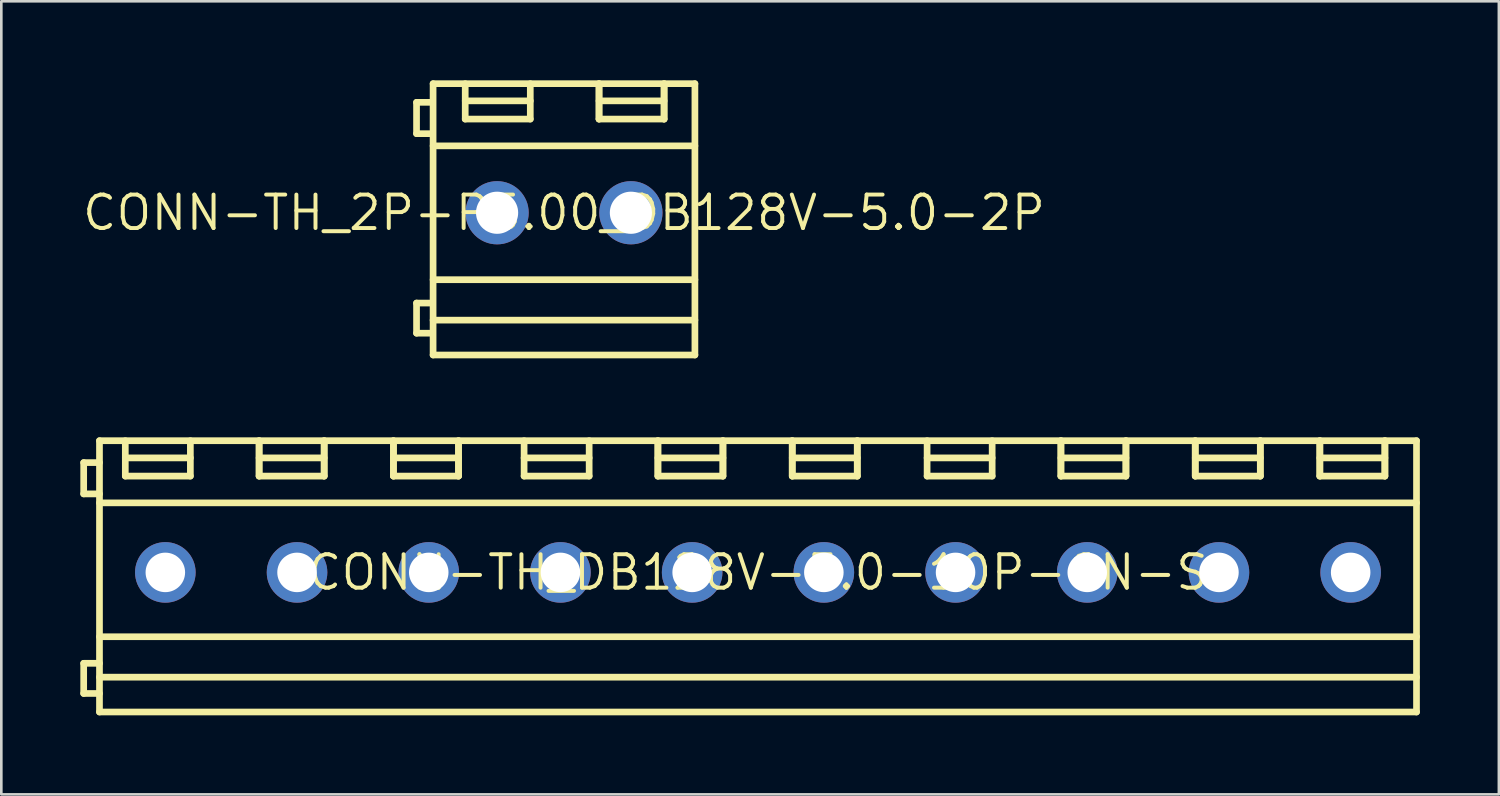
<source format=kicad_pcb>
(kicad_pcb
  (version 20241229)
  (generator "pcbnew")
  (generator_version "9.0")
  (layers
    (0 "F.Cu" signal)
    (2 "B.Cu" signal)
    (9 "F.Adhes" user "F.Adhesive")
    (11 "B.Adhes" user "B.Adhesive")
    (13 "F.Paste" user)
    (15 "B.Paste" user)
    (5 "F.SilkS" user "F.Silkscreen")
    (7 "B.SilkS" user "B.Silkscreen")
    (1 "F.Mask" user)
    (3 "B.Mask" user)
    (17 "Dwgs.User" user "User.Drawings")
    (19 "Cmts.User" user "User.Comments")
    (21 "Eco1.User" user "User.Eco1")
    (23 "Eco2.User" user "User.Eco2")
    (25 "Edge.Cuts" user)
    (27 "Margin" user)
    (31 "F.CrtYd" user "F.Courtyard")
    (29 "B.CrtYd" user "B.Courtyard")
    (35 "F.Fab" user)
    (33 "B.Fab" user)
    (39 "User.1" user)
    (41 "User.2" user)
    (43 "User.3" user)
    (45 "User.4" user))
  (footprint "CONN-TH_DB128V-5.0-10P-GN-S"
    (layer "F.Cu")
    (at 25.727 18.681)
    (property "Reference" "CONN-TH_DB128V-5.0-10P-GN-S" (at 0 0 0) (layer "F.SilkS") (effects (font (size 1.27 1.27) (thickness 0.15))))
    (attr through_hole)
    (fp_line (start -25.6 -4.169) (end -25 -4.169) (stroke (width 0.254) (type solid)) (layer "F.SilkS"))
    (fp_line (start -25.6 -2.98) (end -25.6 -4.169) (stroke (width 0.254) (type solid)) (layer "F.SilkS"))
    (fp_line (start -25.6 3.451) (end -25 3.451) (stroke (width 0.254) (type solid)) (layer "F.SilkS"))
    (fp_line (start -25.6 4.596) (end -25.6 3.451) (stroke (width 0.254) (type solid)) (layer "F.SilkS"))
    (fp_line (start -25 -5) (end -25 5.3) (stroke (width 0.254) (type solid)) (layer "F.SilkS"))
    (fp_line (start -25 -5) (end 25 -5) (stroke (width 0.254) (type solid)) (layer "F.SilkS"))
    (fp_line (start -25 -2.98) (end -25.6 -2.98) (stroke (width 0.254) (type solid)) (layer "F.SilkS"))
    (fp_line (start -25 -2.64) (end 25 -2.64) (stroke (width 0.254) (type solid)) (layer "F.SilkS"))
    (fp_line (start -25 2.442) (end 25 2.442) (stroke (width 0.254) (type solid)) (layer "F.SilkS"))
    (fp_line (start -25 3.977) (end 25 3.977) (stroke (width 0.254) (type solid)) (layer "F.SilkS"))
    (fp_line (start -25 4.596) (end -25.6 4.596) (stroke (width 0.254) (type solid)) (layer "F.SilkS"))
    (fp_line (start -25 5.3) (end 25 5.3) (stroke (width 0.254) (type solid)) (layer "F.SilkS"))
    (fp_line (start -24.02 -5) (end -24.02 -3.656) (stroke (width 0.254) (type solid)) (layer "F.SilkS"))
    (fp_line (start -24.02 -4.347) (end -21.55 -4.347) (stroke (width 0.254) (type solid)) (layer "F.SilkS"))
    (fp_line (start -24.02 -3.656) (end -21.55 -3.656) (stroke (width 0.254) (type solid)) (layer "F.SilkS"))
    (fp_line (start -21.55 -3.656) (end -21.55 -5) (stroke (width 0.254) (type solid)) (layer "F.SilkS"))
    (fp_line (start -18.94 -5) (end -18.94 -3.656) (stroke (width 0.254) (type solid)) (layer "F.SilkS"))
    (fp_line (start -18.94 -5) (end -18.94 -3.656) (stroke (width 0.254) (type solid)) (layer "F.SilkS"))
    (fp_line (start -18.94 -4.347) (end -16.47 -4.347) (stroke (width 0.254) (type solid)) (layer "F.SilkS"))
    (fp_line (start -18.94 -3.656) (end -16.47 -3.656) (stroke (width 0.254) (type solid)) (layer "F.SilkS"))
    (fp_line (start -16.47 -3.656) (end -16.47 -5) (stroke (width 0.254) (type solid)) (layer "F.SilkS"))
    (fp_line (start -16.47 -3.656) (end -16.47 -5) (stroke (width 0.254) (type solid)) (layer "F.SilkS"))
    (fp_line (start -13.84 -5) (end -13.84 -3.656) (stroke (width 0.254) (type solid)) (layer "F.SilkS"))
    (fp_line (start -13.84 -5) (end -13.84 -3.656) (stroke (width 0.254) (type solid)) (layer "F.SilkS"))
    (fp_line (start -13.84 -4.347) (end -11.37 -4.347) (stroke (width 0.254) (type solid)) (layer "F.SilkS"))
    (fp_line (start -13.84 -3.656) (end -11.37 -3.656) (stroke (width 0.254) (type solid)) (layer "F.SilkS"))
    (fp_line (start -11.37 -3.656) (end -11.37 -5) (stroke (width 0.254) (type solid)) (layer "F.SilkS"))
    (fp_line (start -11.37 -3.656) (end -11.37 -5) (stroke (width 0.254) (type solid)) (layer "F.SilkS"))
    (fp_line (start -8.88 -5) (end -8.88 -3.656) (stroke (width 0.254) (type solid)) (layer "F.SilkS"))
    (fp_line (start -8.88 -4.347) (end -6.41 -4.347) (stroke (width 0.254) (type solid)) (layer "F.SilkS"))
    (fp_line (start -8.88 -3.656) (end -6.41 -3.656) (stroke (width 0.254) (type solid)) (layer "F.SilkS"))
    (fp_line (start -6.41 -3.656) (end -6.41 -5) (stroke (width 0.254) (type solid)) (layer "F.SilkS"))
    (fp_line (start -3.8 -5) (end -3.8 -3.656) (stroke (width 0.254) (type solid)) (layer "F.SilkS"))
    (fp_line (start -3.8 -5) (end -3.8 -3.656) (stroke (width 0.254) (type solid)) (layer "F.SilkS"))
    (fp_line (start -3.8 -4.347) (end -1.331 -4.347) (stroke (width 0.254) (type solid)) (layer "F.SilkS"))
    (fp_line (start -3.8 -3.656) (end -1.331 -3.656) (stroke (width 0.254) (type solid)) (layer "F.SilkS"))
    (fp_line (start -1.331 -3.656) (end -1.331 -5) (stroke (width 0.254) (type solid)) (layer "F.SilkS"))
    (fp_line (start -1.331 -3.656) (end -1.331 -5) (stroke (width 0.254) (type solid)) (layer "F.SilkS"))
    (fp_line (start 1.3 -5) (end 1.3 -3.656) (stroke (width 0.254) (type solid)) (layer "F.SilkS"))
    (fp_line (start 1.3 -5) (end 1.3 -3.656) (stroke (width 0.254) (type solid)) (layer "F.SilkS"))
    (fp_line (start 1.3 -4.347) (end 3.769 -4.347) (stroke (width 0.254) (type solid)) (layer "F.SilkS"))
    (fp_line (start 1.3 -3.656) (end 3.769 -3.656) (stroke (width 0.254) (type solid)) (layer "F.SilkS"))
    (fp_line (start 3.769 -3.656) (end 3.769 -5) (stroke (width 0.254) (type solid)) (layer "F.SilkS"))
    (fp_line (start 3.769 -3.656) (end 3.769 -5) (stroke (width 0.254) (type solid)) (layer "F.SilkS"))
    (fp_line (start 6.42 -5) (end 6.42 -3.656) (stroke (width 0.254) (type solid)) (layer "F.SilkS"))
    (fp_line (start 6.42 -4.347) (end 8.89 -4.347) (stroke (width 0.254) (type solid)) (layer "F.SilkS"))
    (fp_line (start 6.42 -3.656) (end 8.89 -3.656) (stroke (width 0.254) (type solid)) (layer "F.SilkS"))
    (fp_line (start 8.89 -3.656) (end 8.89 -5) (stroke (width 0.254) (type solid)) (layer "F.SilkS"))
    (fp_line (start 11.5 -5) (end 11.5 -3.656) (stroke (width 0.254) (type solid)) (layer "F.SilkS"))
    (fp_line (start 11.5 -5) (end 11.5 -3.656) (stroke (width 0.254) (type solid)) (layer "F.SilkS"))
    (fp_line (start 11.5 -4.347) (end 13.969 -4.347) (stroke (width 0.254) (type solid)) (layer "F.SilkS"))
    (fp_line (start 11.5 -3.656) (end 13.969 -3.656) (stroke (width 0.254) (type solid)) (layer "F.SilkS"))
    (fp_line (start 13.969 -3.656) (end 13.969 -5) (stroke (width 0.254) (type solid)) (layer "F.SilkS"))
    (fp_line (start 13.969 -3.656) (end 13.969 -5) (stroke (width 0.254) (type solid)) (layer "F.SilkS"))
    (fp_line (start 16.6 -5) (end 16.6 -3.656) (stroke (width 0.254) (type solid)) (layer "F.SilkS"))
    (fp_line (start 16.6 -5) (end 16.6 -3.656) (stroke (width 0.254) (type solid)) (layer "F.SilkS"))
    (fp_line (start 16.6 -4.347) (end 19.07 -4.347) (stroke (width 0.254) (type solid)) (layer "F.SilkS"))
    (fp_line (start 16.6 -3.656) (end 19.07 -3.656) (stroke (width 0.254) (type solid)) (layer "F.SilkS"))
    (fp_line (start 19.07 -3.656) (end 19.07 -5) (stroke (width 0.254) (type solid)) (layer "F.SilkS"))
    (fp_line (start 19.07 -3.656) (end 19.07 -5) (stroke (width 0.254) (type solid)) (layer "F.SilkS"))
    (fp_line (start 21.33 -5) (end 21.33 -3.656) (stroke (width 0.254) (type solid)) (layer "F.SilkS"))
    (fp_line (start 21.33 -5) (end 21.33 -3.656) (stroke (width 0.254) (type solid)) (layer "F.SilkS"))
    (fp_line (start 21.33 -4.347) (end 23.8 -4.347) (stroke (width 0.254) (type solid)) (layer "F.SilkS"))
    (fp_line (start 21.33 -3.656) (end 23.8 -3.656) (stroke (width 0.254) (type solid)) (layer "F.SilkS"))
    (fp_line (start 23.8 -3.656) (end 23.8 -5) (stroke (width 0.254) (type solid)) (layer "F.SilkS"))
    (fp_line (start 23.8 -3.656) (end 23.8 -5) (stroke (width 0.254) (type solid)) (layer "F.SilkS"))
    (fp_line (start 25 -5) (end 25 5.3) (stroke (width 0.254) (type solid)) (layer "F.SilkS"))
    (fp_text user "" (at 0 0 0) (layer "Cmts.User") (effects (font (size 1 1) (thickness 0.15))))
    (pad "1" thru_hole circle (at -22.5 0) (size 2.3 2.3) (drill 1.5) (layers "*.Cu" "*.Paste" "*.Mask"))
    (pad "2" thru_hole circle (at -17.5 0) (size 2.3 2.3) (drill 1.5) (layers "*.Cu" "*.Paste" "*.Mask"))
    (pad "3" thru_hole circle (at -12.5 0) (size 2.3 2.3) (drill 1.5) (layers "*.Cu" "*.Paste" "*.Mask"))
    (pad "4" thru_hole circle (at -7.5 0) (size 2.3 2.3) (drill 1.5) (layers "*.Cu" "*.Paste" "*.Mask"))
    (pad "5" thru_hole circle (at -2.5 0) (size 2.3 2.3) (drill 1.5) (layers "*.Cu" "*.Paste" "*.Mask"))
    (pad "6" thru_hole circle (at 2.5 0) (size 2.3 2.3) (drill 1.5) (layers "*.Cu" "*.Paste" "*.Mask"))
    (pad "7" thru_hole circle (at 7.5 0) (size 2.3 2.3) (drill 1.5) (layers "*.Cu" "*.Paste" "*.Mask"))
    (pad "8" thru_hole circle (at 12.5 0) (size 2.3 2.3) (drill 1.5) (layers "*.Cu" "*.Paste" "*.Mask"))
    (pad "9" thru_hole circle (at 17.5 0) (size 2.3 2.3) (drill 1.5) (layers "*.Cu" "*.Paste" "*.Mask"))
    (pad "10" thru_hole circle (at 22.5 0) (size 2.3 2.3) (drill 1.5) (layers "*.Cu" "*.Paste" "*.Mask")))
  (footprint "CONN-TH_2P-P5.00_DB128V-5.0-2P"
    (layer "F.Cu")
    (at 18.362 5.027)
    (property "Reference" "CONN-TH_2P-P5.00_DB128V-5.0-2P" (at 0 0 0) (layer "F.SilkS") (effects (font (size 1.27 1.27) (thickness 0.15))))
    (attr through_hole)
    (fp_line (start -5.598 -4.192) (end -4.998 -4.192) (stroke (width 0.254) (type solid)) (layer "F.SilkS"))
    (fp_line (start -5.598 -3.003) (end -5.598 -4.192) (stroke (width 0.254) (type solid)) (layer "F.SilkS"))
    (fp_line (start -5.598 3.428) (end -4.998 3.428) (stroke (width 0.254) (type solid)) (layer "F.SilkS"))
    (fp_line (start -5.598 4.572) (end -5.598 3.428) (stroke (width 0.254) (type solid)) (layer "F.SilkS"))
    (fp_line (start -4.998 -3.003) (end -5.598 -3.003) (stroke (width 0.254) (type solid)) (layer "F.SilkS"))
    (fp_line (start -4.998 4.572) (end -5.598 4.572) (stroke (width 0.254) (type solid)) (layer "F.SilkS"))
    (fp_line (start -4.97 -4.9) (end -4.97 5.4) (stroke (width 0.254) (type solid)) (layer "F.SilkS"))
    (fp_line (start -4.97 -4.9) (end 4.97 -4.9) (stroke (width 0.254) (type solid)) (layer "F.SilkS"))
    (fp_line (start -4.97 -2.54) (end 4.97 -2.54) (stroke (width 0.254) (type solid)) (layer "F.SilkS"))
    (fp_line (start -4.97 2.542) (end 4.97 2.542) (stroke (width 0.254) (type solid)) (layer "F.SilkS"))
    (fp_line (start -4.97 4.077) (end 4.97 4.077) (stroke (width 0.254) (type solid)) (layer "F.SilkS"))
    (fp_line (start -4.97 5.4) (end 4.97 5.4) (stroke (width 0.254) (type solid)) (layer "F.SilkS"))
    (fp_line (start -3.75 -4.9) (end -3.75 -3.556) (stroke (width 0.254) (type solid)) (layer "F.SilkS"))
    (fp_line (start -3.75 -4.247) (end -1.28 -4.247) (stroke (width 0.254) (type solid)) (layer "F.SilkS"))
    (fp_line (start -3.75 -3.556) (end -1.28 -3.556) (stroke (width 0.254) (type solid)) (layer "F.SilkS"))
    (fp_line (start -1.28 -3.556) (end -1.28 -4.9) (stroke (width 0.254) (type solid)) (layer "F.SilkS"))
    (fp_line (start 1.33 -4.9) (end 1.33 -3.556) (stroke (width 0.254) (type solid)) (layer "F.SilkS"))
    (fp_line (start 1.33 -4.9) (end 1.33 -3.556) (stroke (width 0.254) (type solid)) (layer "F.SilkS"))
    (fp_line (start 1.33 -4.247) (end 3.8 -4.247) (stroke (width 0.254) (type solid)) (layer "F.SilkS"))
    (fp_line (start 1.33 -3.556) (end 3.8 -3.556) (stroke (width 0.254) (type solid)) (layer "F.SilkS"))
    (fp_line (start 3.8 -3.556) (end 3.8 -4.9) (stroke (width 0.254) (type solid)) (layer "F.SilkS"))
    (fp_line (start 3.8 -3.556) (end 3.8 -4.9) (stroke (width 0.254) (type solid)) (layer "F.SilkS"))
    (fp_line (start 4.97 -4.9) (end 4.97 5.4) (stroke (width 0.254) (type solid)) (layer "F.SilkS"))
    (fp_text user "" (at 0 0 0) (layer "Cmts.User") (effects (font (size 1 1) (thickness 0.15))))
    (pad "1" thru_hole circle (at -2.54 0) (size 2.4 2.4) (drill 1.6) (layers "*.Cu" "*.Paste" "*.Mask"))
    (pad "2" thru_hole circle (at 2.54 0) (size 2.4 2.4) (drill 1.6) (layers "*.Cu" "*.Paste" "*.Mask")))
  (gr_rect
    (start -3 -3)
    (end 53.854 27.108)
    (stroke (width 0.1) (type default))
    (fill no)
    (layer "Edge.Cuts")))
</source>
